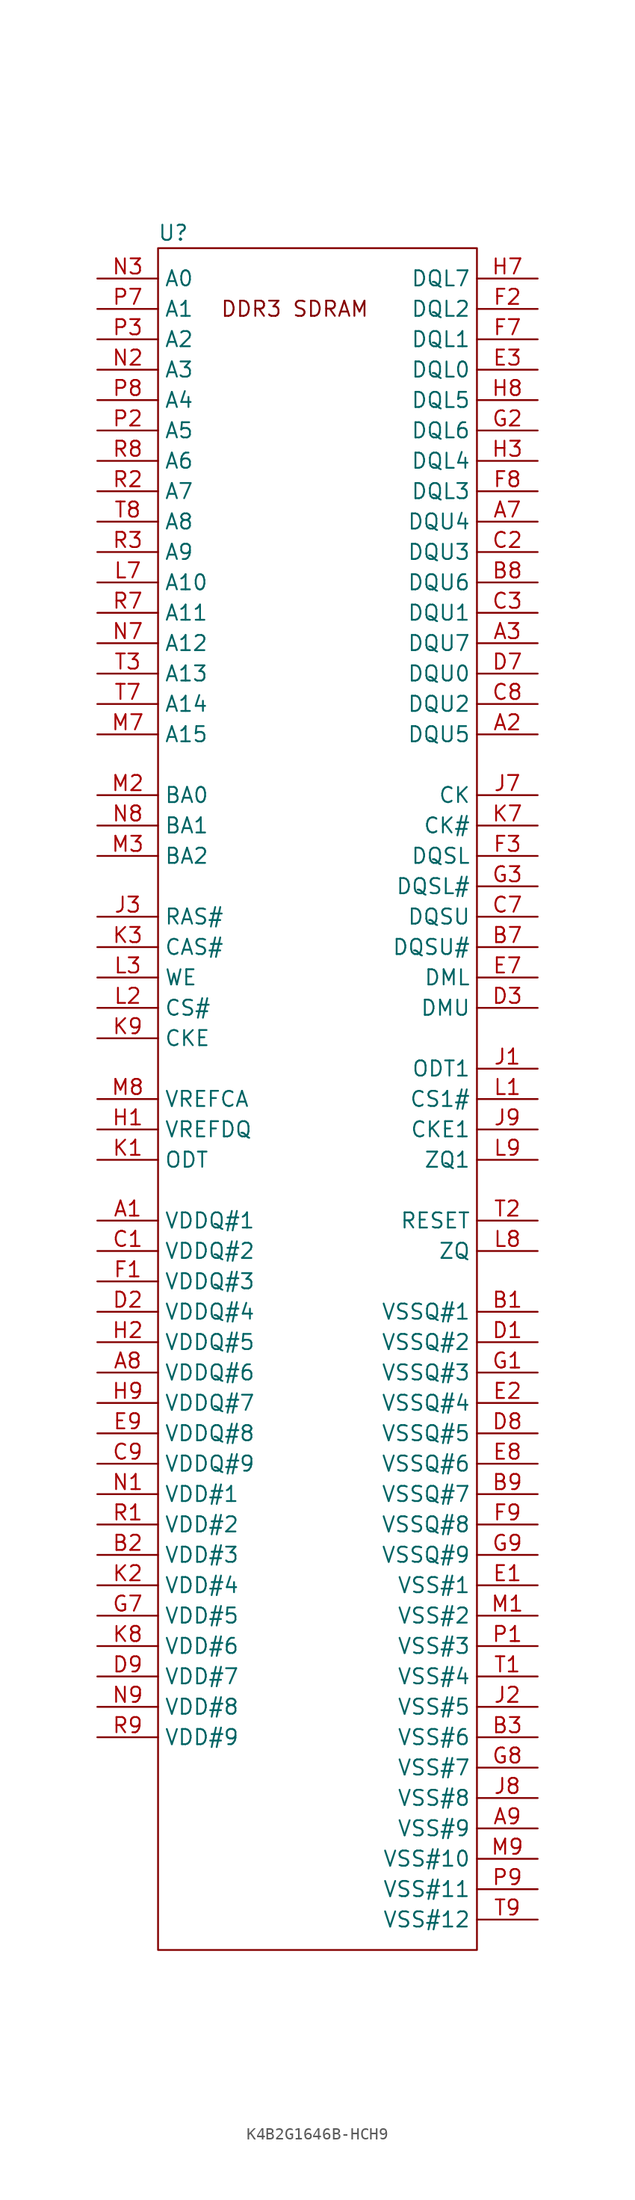
<source format=kicad_sym>
(kicad_symbol_lib
  (version 20220914)
  (generator kicad_symbol_editor)
  (symbol "K4B2G1646B-HCH9"
    (property "Reference" "U"
      (at 0 0 0)
      (effects (font (size 1.27 1.27))))
    (property "Value" ""
      (at 0 0 0)
      (effects (font (size 1.27 1.27))))
    (symbol "K4B2G1646B-HCH9_0_1"
      (rectangle (start -1.27 -1.27) (end 25.4 -143.51) (stroke (width 0) (type default)) (fill (type none))))
    (symbol "K4B2G1646B-HCH9_1_1"
      (text "DDR3 SDRAM" (at 10.16 -6.35 0) (effects (font (size 1.27 1.27))))
      (pin input line (at -6.35 -82.55 0) (length 5.08) (name "VDDQ#1" (effects (font (size 1.27 1.27)))) (number "A1" (effects (font (size 1.27 1.27)))))
      (pin bidirectional line (at 30.48 -41.91 180) (length 5.08) (name "DQU5" (effects (font (size 1.27 1.27)))) (number "A2" (effects (font (size 1.27 1.27)))))
      (pin bidirectional line (at 30.48 -34.29 180) (length 5.08) (name "DQU7" (effects (font (size 1.27 1.27)))) (number "A3" (effects (font (size 1.27 1.27)))))
      (pin bidirectional line (at 30.48 -24.13 180) (length 5.08) (name "DQU4" (effects (font (size 1.27 1.27)))) (number "A7" (effects (font (size 1.27 1.27)))))
      (pin input line (at -6.35 -95.25 0) (length 5.08) (name "VDDQ#6" (effects (font (size 1.27 1.27)))) (number "A8" (effects (font (size 1.27 1.27)))))
      (pin bidirectional line (at 30.48 -133.35 180) (length 5.08) (name "VSS#9" (effects (font (size 1.27 1.27)))) (number "A9" (effects (font (size 1.27 1.27)))))
      (pin bidirectional line (at 30.48 -90.17 180) (length 5.08) (name "VSSQ#1" (effects (font (size 1.27 1.27)))) (number "B1" (effects (font (size 1.27 1.27)))))
      (pin input line (at -6.35 -110.49 0) (length 5.08) (name "VDD#3" (effects (font (size 1.27 1.27)))) (number "B2" (effects (font (size 1.27 1.27)))))
      (pin bidirectional line (at 30.48 -125.73 180) (length 5.08) (name "VSS#6" (effects (font (size 1.27 1.27)))) (number "B3" (effects (font (size 1.27 1.27)))))
      (pin bidirectional line (at 30.48 -59.69 180) (length 5.08) (name "DQSU#" (effects (font (size 1.27 1.27)))) (number "B7" (effects (font (size 1.27 1.27)))))
      (pin bidirectional line (at 30.48 -29.21 180) (length 5.08) (name "DQU6" (effects (font (size 1.27 1.27)))) (number "B8" (effects (font (size 1.27 1.27)))))
      (pin bidirectional line (at 30.48 -105.41 180) (length 5.08) (name "VSSQ#7" (effects (font (size 1.27 1.27)))) (number "B9" (effects (font (size 1.27 1.27)))))
      (pin input line (at -6.35 -85.09 0) (length 5.08) (name "VDDQ#2" (effects (font (size 1.27 1.27)))) (number "C1" (effects (font (size 1.27 1.27)))))
      (pin bidirectional line (at 30.48 -26.67 180) (length 5.08) (name "DQU3" (effects (font (size 1.27 1.27)))) (number "C2" (effects (font (size 1.27 1.27)))))
      (pin bidirectional line (at 30.48 -31.75 180) (length 5.08) (name "DQU1" (effects (font (size 1.27 1.27)))) (number "C3" (effects (font (size 1.27 1.27)))))
      (pin bidirectional line (at 30.48 -57.15 180) (length 5.08) (name "DQSU" (effects (font (size 1.27 1.27)))) (number "C7" (effects (font (size 1.27 1.27)))))
      (pin bidirectional line (at 30.48 -39.37 180) (length 5.08) (name "DQU2" (effects (font (size 1.27 1.27)))) (number "C8" (effects (font (size 1.27 1.27)))))
      (pin input line (at -6.35 -102.87 0) (length 5.08) (name "VDDQ#9" (effects (font (size 1.27 1.27)))) (number "C9" (effects (font (size 1.27 1.27)))))
      (pin bidirectional line (at 30.48 -92.71 180) (length 5.08) (name "VSSQ#2" (effects (font (size 1.27 1.27)))) (number "D1" (effects (font (size 1.27 1.27)))))
      (pin input line (at -6.35 -90.17 0) (length 5.08) (name "VDDQ#4" (effects (font (size 1.27 1.27)))) (number "D2" (effects (font (size 1.27 1.27)))))
      (pin bidirectional line (at 30.48 -64.77 180) (length 5.08) (name "DMU" (effects (font (size 1.27 1.27)))) (number "D3" (effects (font (size 1.27 1.27)))))
      (pin bidirectional line (at 30.48 -36.83 180) (length 5.08) (name "DQU0" (effects (font (size 1.27 1.27)))) (number "D7" (effects (font (size 1.27 1.27)))))
      (pin bidirectional line (at 30.48 -100.33 180) (length 5.08) (name "VSSQ#5" (effects (font (size 1.27 1.27)))) (number "D8" (effects (font (size 1.27 1.27)))))
      (pin input line (at -6.35 -120.65 0) (length 5.08) (name "VDD#7" (effects (font (size 1.27 1.27)))) (number "D9" (effects (font (size 1.27 1.27)))))
      (pin bidirectional line (at 30.48 -113.03 180) (length 5.08) (name "VSS#1" (effects (font (size 1.27 1.27)))) (number "E1" (effects (font (size 1.27 1.27)))))
      (pin bidirectional line (at 30.48 -97.79 180) (length 5.08) (name "VSSQ#4" (effects (font (size 1.27 1.27)))) (number "E2" (effects (font (size 1.27 1.27)))))
      (pin bidirectional line (at 30.48 -11.43 180) (length 5.08) (name "DQL0" (effects (font (size 1.27 1.27)))) (number "E3" (effects (font (size 1.27 1.27)))))
      (pin bidirectional line (at 30.48 -62.23 180) (length 5.08) (name "DML" (effects (font (size 1.27 1.27)))) (number "E7" (effects (font (size 1.27 1.27)))))
      (pin bidirectional line (at 30.48 -102.87 180) (length 5.08) (name "VSSQ#6" (effects (font (size 1.27 1.27)))) (number "E8" (effects (font (size 1.27 1.27)))))
      (pin input line (at -6.35 -100.33 0) (length 5.08) (name "VDDQ#8" (effects (font (size 1.27 1.27)))) (number "E9" (effects (font (size 1.27 1.27)))))
      (pin input line (at -6.35 -87.63 0) (length 5.08) (name "VDDQ#3" (effects (font (size 1.27 1.27)))) (number "F1" (effects (font (size 1.27 1.27)))))
      (pin bidirectional line (at 30.48 -6.35 180) (length 5.08) (name "DQL2" (effects (font (size 1.27 1.27)))) (number "F2" (effects (font (size 1.27 1.27)))))
      (pin bidirectional line (at 30.48 -52.07 180) (length 5.08) (name "DQSL" (effects (font (size 1.27 1.27)))) (number "F3" (effects (font (size 1.27 1.27)))))
      (pin bidirectional line (at 30.48 -8.89 180) (length 5.08) (name "DQL1" (effects (font (size 1.27 1.27)))) (number "F7" (effects (font (size 1.27 1.27)))))
      (pin bidirectional line (at 30.48 -21.59 180) (length 5.08) (name "DQL3" (effects (font (size 1.27 1.27)))) (number "F8" (effects (font (size 1.27 1.27)))))
      (pin bidirectional line (at 30.48 -107.95 180) (length 5.08) (name "VSSQ#8" (effects (font (size 1.27 1.27)))) (number "F9" (effects (font (size 1.27 1.27)))))
      (pin bidirectional line (at 30.48 -95.25 180) (length 5.08) (name "VSSQ#3" (effects (font (size 1.27 1.27)))) (number "G1" (effects (font (size 1.27 1.27)))))
      (pin bidirectional line (at 30.48 -16.51 180) (length 5.08) (name "DQL6" (effects (font (size 1.27 1.27)))) (number "G2" (effects (font (size 1.27 1.27)))))
      (pin bidirectional line (at 30.48 -54.61 180) (length 5.08) (name "DQSL#" (effects (font (size 1.27 1.27)))) (number "G3" (effects (font (size 1.27 1.27)))))
      (pin input line (at -6.35 -115.57 0) (length 5.08) (name "VDD#5" (effects (font (size 1.27 1.27)))) (number "G7" (effects (font (size 1.27 1.27)))))
      (pin bidirectional line (at 30.48 -128.27 180) (length 5.08) (name "VSS#7" (effects (font (size 1.27 1.27)))) (number "G8" (effects (font (size 1.27 1.27)))))
      (pin bidirectional line (at 30.48 -110.49 180) (length 5.08) (name "VSSQ#9" (effects (font (size 1.27 1.27)))) (number "G9" (effects (font (size 1.27 1.27)))))
      (pin input line (at -6.35 -74.93 0) (length 5.08) (name "VREFDQ" (effects (font (size 1.27 1.27)))) (number "H1" (effects (font (size 1.27 1.27)))))
      (pin input line (at -6.35 -92.71 0) (length 5.08) (name "VDDQ#5" (effects (font (size 1.27 1.27)))) (number "H2" (effects (font (size 1.27 1.27)))))
      (pin bidirectional line (at 30.48 -19.05 180) (length 5.08) (name "DQL4" (effects (font (size 1.27 1.27)))) (number "H3" (effects (font (size 1.27 1.27)))))
      (pin bidirectional line (at 30.48 -3.81 180) (length 5.08) (name "DQL7" (effects (font (size 1.27 1.27)))) (number "H7" (effects (font (size 1.27 1.27)))))
      (pin bidirectional line (at 30.48 -13.97 180) (length 5.08) (name "DQL5" (effects (font (size 1.27 1.27)))) (number "H8" (effects (font (size 1.27 1.27)))))
      (pin input line (at -6.35 -97.79 0) (length 5.08) (name "VDDQ#7" (effects (font (size 1.27 1.27)))) (number "H9" (effects (font (size 1.27 1.27)))))
      (pin bidirectional line (at 30.48 -69.85 180) (length 5.08) (name "ODT1" (effects (font (size 1.27 1.27)))) (number "J1" (effects (font (size 1.27 1.27)))))
      (pin bidirectional line (at 30.48 -123.19 180) (length 5.08) (name "VSS#5" (effects (font (size 1.27 1.27)))) (number "J2" (effects (font (size 1.27 1.27)))))
      (pin input line (at -6.35 -57.15 0) (length 5.08) (name "RAS#" (effects (font (size 1.27 1.27)))) (number "J3" (effects (font (size 1.27 1.27)))))
      (pin bidirectional line (at 30.48 -46.99 180) (length 5.08) (name "CK" (effects (font (size 1.27 1.27)))) (number "J7" (effects (font (size 1.27 1.27)))))
      (pin bidirectional line (at 30.48 -130.81 180) (length 5.08) (name "VSS#8" (effects (font (size 1.27 1.27)))) (number "J8" (effects (font (size 1.27 1.27)))))
      (pin bidirectional line (at 30.48 -74.93 180) (length 5.08) (name "CKE1" (effects (font (size 1.27 1.27)))) (number "J9" (effects (font (size 1.27 1.27)))))
      (pin input line (at -6.35 -77.47 0) (length 5.08) (name "ODT" (effects (font (size 1.27 1.27)))) (number "K1" (effects (font (size 1.27 1.27)))))
      (pin input line (at -6.35 -113.03 0) (length 5.08) (name "VDD#4" (effects (font (size 1.27 1.27)))) (number "K2" (effects (font (size 1.27 1.27)))))
      (pin input line (at -6.35 -59.69 0) (length 5.08) (name "CAS#" (effects (font (size 1.27 1.27)))) (number "K3" (effects (font (size 1.27 1.27)))))
      (pin bidirectional line (at 30.48 -49.53 180) (length 5.08) (name "CK#" (effects (font (size 1.27 1.27)))) (number "K7" (effects (font (size 1.27 1.27)))))
      (pin input line (at -6.35 -118.11 0) (length 5.08) (name "VDD#6" (effects (font (size 1.27 1.27)))) (number "K8" (effects (font (size 1.27 1.27)))))
      (pin input line (at -6.35 -67.31 0) (length 5.08) (name "CKE" (effects (font (size 1.27 1.27)))) (number "K9" (effects (font (size 1.27 1.27)))))
      (pin bidirectional line (at 30.48 -72.39 180) (length 5.08) (name "CS1#" (effects (font (size 1.27 1.27)))) (number "L1" (effects (font (size 1.27 1.27)))))
      (pin input line (at -6.35 -64.77 0) (length 5.08) (name "CS#" (effects (font (size 1.27 1.27)))) (number "L2" (effects (font (size 1.27 1.27)))))
      (pin input line (at -6.35 -62.23 0) (length 5.08) (name "WE" (effects (font (size 1.27 1.27)))) (number "L3" (effects (font (size 1.27 1.27)))))
      (pin input line (at -6.35 -29.21 0) (length 5.08) (name "A10" (effects (font (size 1.27 1.27)))) (number "L7" (effects (font (size 1.27 1.27)))))
      (pin bidirectional line (at 30.48 -85.09 180) (length 5.08) (name "ZQ" (effects (font (size 1.27 1.27)))) (number "L8" (effects (font (size 1.27 1.27)))))
      (pin bidirectional line (at 30.48 -77.47 180) (length 5.08) (name "ZQ1" (effects (font (size 1.27 1.27)))) (number "L9" (effects (font (size 1.27 1.27)))))
      (pin bidirectional line (at 30.48 -115.57 180) (length 5.08) (name "VSS#2" (effects (font (size 1.27 1.27)))) (number "M1" (effects (font (size 1.27 1.27)))))
      (pin input line (at -6.35 -46.99 0) (length 5.08) (name "BA0" (effects (font (size 1.27 1.27)))) (number "M2" (effects (font (size 1.27 1.27)))))
      (pin input line (at -6.35 -52.07 0) (length 5.08) (name "BA2" (effects (font (size 1.27 1.27)))) (number "M3" (effects (font (size 1.27 1.27)))))
      (pin input line (at -6.35 -41.91 0) (length 5.08) (name "A15" (effects (font (size 1.27 1.27)))) (number "M7" (effects (font (size 1.27 1.27)))))
      (pin input line (at -6.35 -72.39 0) (length 5.08) (name "VREFCA" (effects (font (size 1.27 1.27)))) (number "M8" (effects (font (size 1.27 1.27)))))
      (pin bidirectional line (at 30.48 -135.89 180) (length 5.08) (name "VSS#10" (effects (font (size 1.27 1.27)))) (number "M9" (effects (font (size 1.27 1.27)))))
      (pin input line (at -6.35 -105.41 0) (length 5.08) (name "VDD#1" (effects (font (size 1.27 1.27)))) (number "N1" (effects (font (size 1.27 1.27)))))
      (pin input line (at -6.35 -11.43 0) (length 5.08) (name "A3" (effects (font (size 1.27 1.27)))) (number "N2" (effects (font (size 1.27 1.27)))))
      (pin input line (at -6.35 -3.81 0) (length 5.08) (name "A0" (effects (font (size 1.27 1.27)))) (number "N3" (effects (font (size 1.27 1.27)))))
      (pin input line (at -6.35 -34.29 0) (length 5.08) (name "A12" (effects (font (size 1.27 1.27)))) (number "N7" (effects (font (size 1.27 1.27)))))
      (pin input line (at -6.35 -49.53 0) (length 5.08) (name "BA1" (effects (font (size 1.27 1.27)))) (number "N8" (effects (font (size 1.27 1.27)))))
      (pin input line (at -6.35 -123.19 0) (length 5.08) (name "VDD#8" (effects (font (size 1.27 1.27)))) (number "N9" (effects (font (size 1.27 1.27)))))
      (pin bidirectional line (at 30.48 -118.11 180) (length 5.08) (name "VSS#3" (effects (font (size 1.27 1.27)))) (number "P1" (effects (font (size 1.27 1.27)))))
      (pin input line (at -6.35 -16.51 0) (length 5.08) (name "A5" (effects (font (size 1.27 1.27)))) (number "P2" (effects (font (size 1.27 1.27)))))
      (pin input line (at -6.35 -8.89 0) (length 5.08) (name "A2" (effects (font (size 1.27 1.27)))) (number "P3" (effects (font (size 1.27 1.27)))))
      (pin input line (at -6.35 -6.35 0) (length 5.08) (name "A1" (effects (font (size 1.27 1.27)))) (number "P7" (effects (font (size 1.27 1.27)))))
      (pin input line (at -6.35 -13.97 0) (length 5.08) (name "A4" (effects (font (size 1.27 1.27)))) (number "P8" (effects (font (size 1.27 1.27)))))
      (pin bidirectional line (at 30.48 -138.43 180) (length 5.08) (name "VSS#11" (effects (font (size 1.27 1.27)))) (number "P9" (effects (font (size 1.27 1.27)))))
      (pin input line (at -6.35 -107.95 0) (length 5.08) (name "VDD#2" (effects (font (size 1.27 1.27)))) (number "R1" (effects (font (size 1.27 1.27)))))
      (pin input line (at -6.35 -21.59 0) (length 5.08) (name "A7" (effects (font (size 1.27 1.27)))) (number "R2" (effects (font (size 1.27 1.27)))))
      (pin input line (at -6.35 -26.67 0) (length 5.08) (name "A9" (effects (font (size 1.27 1.27)))) (number "R3" (effects (font (size 1.27 1.27)))))
      (pin input line (at -6.35 -31.75 0) (length 5.08) (name "A11" (effects (font (size 1.27 1.27)))) (number "R7" (effects (font (size 1.27 1.27)))))
      (pin input line (at -6.35 -19.05 0) (length 5.08) (name "A6" (effects (font (size 1.27 1.27)))) (number "R8" (effects (font (size 1.27 1.27)))))
      (pin input line (at -6.35 -125.73 0) (length 5.08) (name "VDD#9" (effects (font (size 1.27 1.27)))) (number "R9" (effects (font (size 1.27 1.27)))))
      (pin bidirectional line (at 30.48 -120.65 180) (length 5.08) (name "VSS#4" (effects (font (size 1.27 1.27)))) (number "T1" (effects (font (size 1.27 1.27)))))
      (pin bidirectional line (at 30.48 -82.55 180) (length 5.08) (name "RESET" (effects (font (size 1.27 1.27)))) (number "T2" (effects (font (size 1.27 1.27)))))
      (pin input line (at -6.35 -36.83 0) (length 5.08) (name "A13" (effects (font (size 1.27 1.27)))) (number "T3" (effects (font (size 1.27 1.27)))))
      (pin input line (at -6.35 -39.37 0) (length 5.08) (name "A14" (effects (font (size 1.27 1.27)))) (number "T7" (effects (font (size 1.27 1.27)))))
      (pin input line (at -6.35 -24.13 0) (length 5.08) (name "A8" (effects (font (size 1.27 1.27)))) (number "T8" (effects (font (size 1.27 1.27)))))
      (pin bidirectional line (at 30.48 -140.97 180) (length 5.08) (name "VSS#12" (effects (font (size 1.27 1.27)))) (number "T9" (effects (font (size 1.27 1.27))))))))
</source>
